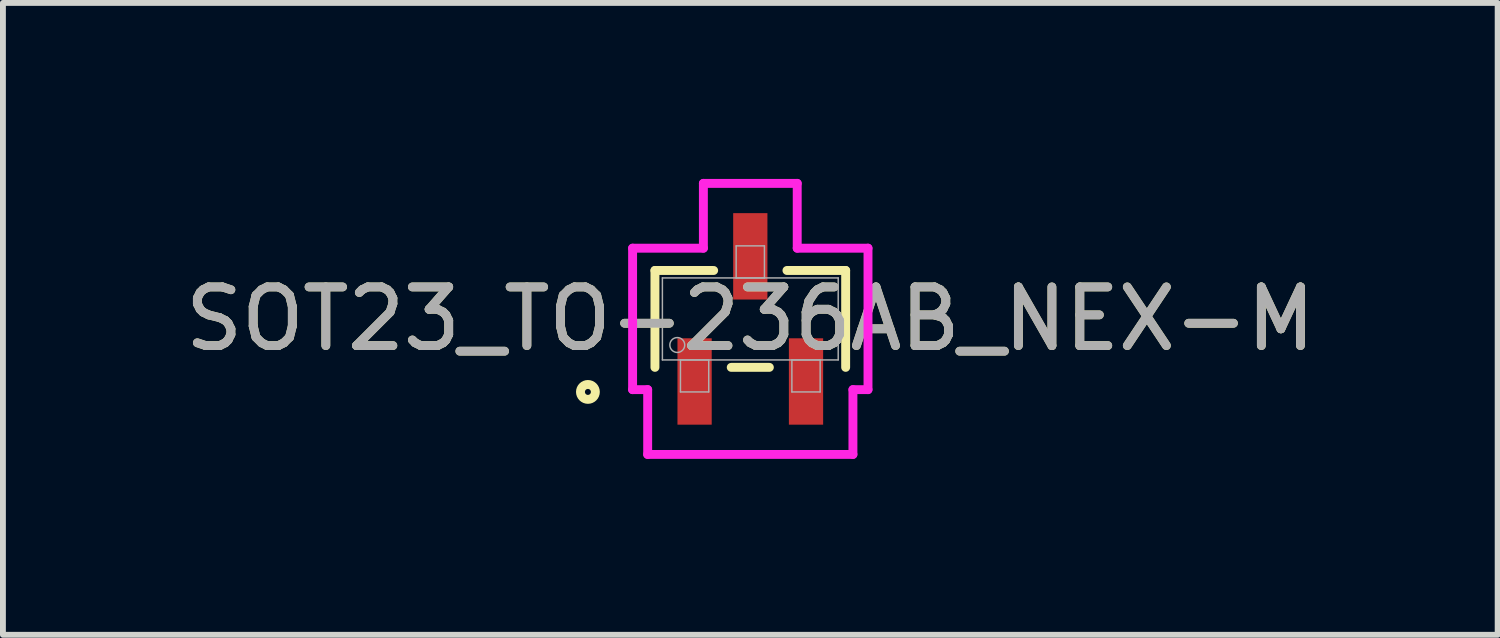
<source format=kicad_pcb>
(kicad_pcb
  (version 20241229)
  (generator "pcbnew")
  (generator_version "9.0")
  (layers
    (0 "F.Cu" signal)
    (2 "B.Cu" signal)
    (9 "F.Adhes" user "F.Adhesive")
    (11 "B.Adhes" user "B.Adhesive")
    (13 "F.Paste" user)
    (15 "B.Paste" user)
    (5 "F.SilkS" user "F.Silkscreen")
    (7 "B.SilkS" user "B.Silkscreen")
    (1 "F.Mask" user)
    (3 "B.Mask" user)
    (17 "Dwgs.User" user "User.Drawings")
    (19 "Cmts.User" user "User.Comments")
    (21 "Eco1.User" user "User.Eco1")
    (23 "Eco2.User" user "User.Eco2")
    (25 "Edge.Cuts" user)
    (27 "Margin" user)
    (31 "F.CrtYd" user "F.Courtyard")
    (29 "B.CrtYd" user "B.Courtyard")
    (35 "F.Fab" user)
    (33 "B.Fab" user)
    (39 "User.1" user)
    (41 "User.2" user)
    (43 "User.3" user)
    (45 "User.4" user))
  (footprint "SOT23_TO-236AB_NEX-M"
    (layer "F.Cu")
    (at 9.744 2.388)
    (property "Reference" "SOT23_TO-236AB_NEX-M" (at 0 0 0) (unlocked yes) (layer "F.SilkS") (effects (font (size 1 1) (thickness 0.15))))
    (attr smd)
    (fp_line (start -1.626 -0.826) (end -1.626 0.826) (stroke (width 0.152) (type solid)) (layer "F.SilkS"))
    (fp_line (start -0.625 -0.826) (end -1.626 -0.826) (stroke (width 0.152) (type solid)) (layer "F.SilkS"))
    (fp_line (start -0.325 0.826) (end 0.325 0.826) (stroke (width 0.152) (type solid)) (layer "F.SilkS"))
    (fp_line (start 1.626 -0.826) (end 0.625 -0.826) (stroke (width 0.152) (type solid)) (layer "F.SilkS"))
    (fp_line (start 1.626 0.826) (end 1.626 -0.826) (stroke (width 0.152) (type solid)) (layer "F.SilkS"))
    (fp_circle (center -2.769 1.245) (end -2.642 1.245) (stroke (width 0.152) (type solid)) (fill no) (layer "F.SilkS"))
    (fp_line (start -2.007 -1.206) (end -0.8 -1.206) (stroke (width 0.152) (type solid)) (layer "F.CrtYd"))
    (fp_line (start -2.007 1.206) (end -2.007 -1.206) (stroke (width 0.152) (type solid)) (layer "F.CrtYd"))
    (fp_line (start -2.007 1.206) (end -1.75 1.206) (stroke (width 0.152) (type solid)) (layer "F.CrtYd"))
    (fp_line (start -1.75 1.206) (end -1.75 2.311) (stroke (width 0.152) (type solid)) (layer "F.CrtYd"))
    (fp_line (start -1.75 2.311) (end 1.75 2.311) (stroke (width 0.152) (type solid)) (layer "F.CrtYd"))
    (fp_line (start -0.8 -2.311) (end 0.8 -2.311) (stroke (width 0.152) (type solid)) (layer "F.CrtYd"))
    (fp_line (start -0.8 -1.206) (end -0.8 -2.311) (stroke (width 0.152) (type solid)) (layer "F.CrtYd"))
    (fp_line (start 0.8 -1.206) (end 0.8 -2.311) (stroke (width 0.152) (type solid)) (layer "F.CrtYd"))
    (fp_line (start 1.75 1.206) (end 1.75 2.311) (stroke (width 0.152) (type solid)) (layer "F.CrtYd"))
    (fp_line (start 2.007 -1.206) (end 0.8 -1.206) (stroke (width 0.152) (type solid)) (layer "F.CrtYd"))
    (fp_line (start 2.007 -1.206) (end 2.007 1.206) (stroke (width 0.152) (type solid)) (layer "F.CrtYd"))
    (fp_line (start 2.007 1.206) (end 1.75 1.206) (stroke (width 0.152) (type solid)) (layer "F.CrtYd"))
    (fp_line (start -1.499 -0.699) (end -1.499 0.699) (stroke (width 0.025) (type solid)) (layer "F.Fab"))
    (fp_line (start -1.499 0.699) (end 1.499 0.699) (stroke (width 0.025) (type solid)) (layer "F.Fab"))
    (fp_line (start -1.191 0.699) (end -1.191 1.245) (stroke (width 0.025) (type solid)) (layer "F.Fab"))
    (fp_line (start -1.191 1.245) (end -0.709 1.245) (stroke (width 0.025) (type solid)) (layer "F.Fab"))
    (fp_line (start -0.709 0.699) (end -1.191 0.699) (stroke (width 0.025) (type solid)) (layer "F.Fab"))
    (fp_line (start -0.709 1.245) (end -0.709 0.699) (stroke (width 0.025) (type solid)) (layer "F.Fab"))
    (fp_line (start -0.241 -1.245) (end -0.241 -0.699) (stroke (width 0.025) (type solid)) (layer "F.Fab"))
    (fp_line (start -0.241 -0.699) (end 0.241 -0.699) (stroke (width 0.025) (type solid)) (layer "F.Fab"))
    (fp_line (start 0.241 -1.245) (end -0.241 -1.245) (stroke (width 0.025) (type solid)) (layer "F.Fab"))
    (fp_line (start 0.241 -0.699) (end 0.241 -1.245) (stroke (width 0.025) (type solid)) (layer "F.Fab"))
    (fp_line (start 0.709 0.699) (end 0.709 1.245) (stroke (width 0.025) (type solid)) (layer "F.Fab"))
    (fp_line (start 0.709 1.245) (end 1.191 1.245) (stroke (width 0.025) (type solid)) (layer "F.Fab"))
    (fp_line (start 1.191 0.699) (end 0.709 0.699) (stroke (width 0.025) (type solid)) (layer "F.Fab"))
    (fp_line (start 1.191 1.245) (end 1.191 0.699) (stroke (width 0.025) (type solid)) (layer "F.Fab"))
    (fp_line (start 1.499 -0.699) (end -1.499 -0.699) (stroke (width 0.025) (type solid)) (layer "F.Fab"))
    (fp_line (start 1.499 0.699) (end 1.499 -0.699) (stroke (width 0.025) (type solid)) (layer "F.Fab"))
    (fp_circle (center -1.245 0.445) (end -1.118 0.445) (stroke (width 0.025) (type solid)) (fill no) (layer "F.Fab"))
    (fp_text user "${REFERENCE}" (at 0 0 0) (unlocked yes) (layer "F.Fab") (effects (font (size 1 1) (thickness 0.15))))
    (pad "1" smd rect (at -0.95 1.067) (size 0.584 1.473) (layers "F.Cu" "F.Mask" "F.Paste"))
    (pad "2" smd rect (at 0.95 1.067) (size 0.584 1.473) (layers "F.Cu" "F.Mask" "F.Paste"))
    (pad "3" smd rect (at 0 -1.067) (size 0.584 1.473) (layers "F.Cu" "F.Mask" "F.Paste")))
  (gr_rect
    (start -3 -3)
    (end 22.488 7.775)
    (stroke (width 0.1) (type default))
    (fill no)
    (layer "Edge.Cuts")))
</source>
